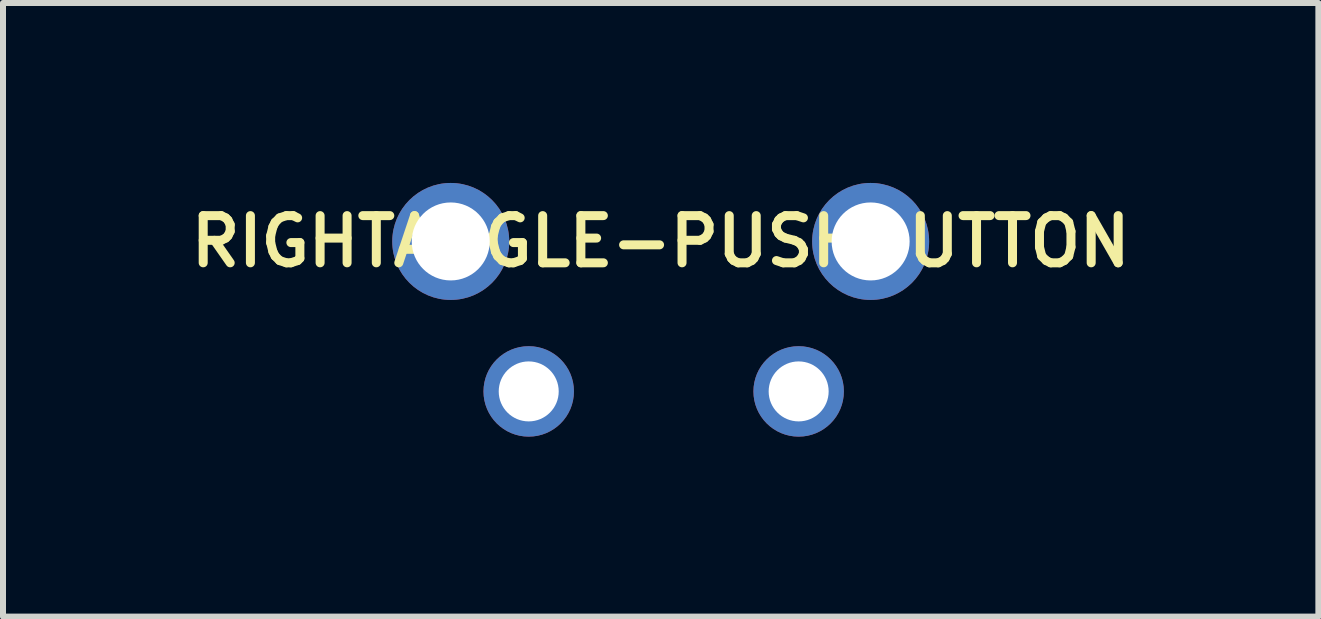
<source format=kicad_pcb>
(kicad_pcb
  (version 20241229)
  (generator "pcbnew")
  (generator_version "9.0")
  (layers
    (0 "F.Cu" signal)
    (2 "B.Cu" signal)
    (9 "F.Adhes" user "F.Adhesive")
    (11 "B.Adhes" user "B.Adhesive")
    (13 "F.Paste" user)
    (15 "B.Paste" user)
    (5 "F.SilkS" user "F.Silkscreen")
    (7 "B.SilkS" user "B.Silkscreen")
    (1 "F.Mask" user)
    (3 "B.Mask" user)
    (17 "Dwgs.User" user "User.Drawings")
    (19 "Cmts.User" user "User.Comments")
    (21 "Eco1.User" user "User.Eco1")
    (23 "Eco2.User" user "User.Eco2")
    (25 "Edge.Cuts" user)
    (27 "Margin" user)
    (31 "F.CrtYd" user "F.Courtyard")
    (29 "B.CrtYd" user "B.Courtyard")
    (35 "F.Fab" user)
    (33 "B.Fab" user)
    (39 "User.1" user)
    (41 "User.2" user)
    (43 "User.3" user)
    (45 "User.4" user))
  (footprint "RIGHTANGLE-PUSHBUTTON"
    (layer "F.Cu")
    (at 7.964 0.975)
    (property "Reference" "RIGHTANGLE-PUSHBUTTON" (at 0 0 0) (layer "F.SilkS") (effects (font (size 0.787 0.787) (thickness 0.15))))
    (attr through_hole)
    (pad "A" thru_hole circle (at -2.2 2.5) (size 1.508 1.508) (drill 1) (layers "*.Cu" "*.Mask"))
    (pad "B" thru_hole circle (at 2.3 2.5) (size 1.508 1.508) (drill 1) (layers "*.Cu" "*.Mask"))
    (pad "GND1" thru_hole circle (at 3.5 0) (size 1.95 1.95) (drill 1.3) (layers "*.Cu" "*.Mask"))
    (pad "GND2" thru_hole circle (at -3.5 0) (size 1.95 1.95) (drill 1.3) (layers "*.Cu" "*.Mask")))
  (gr_rect
    (start -3 -3)
    (end 18.928 7.229)
    (stroke (width 0.1) (type default))
    (fill no)
    (layer "Edge.Cuts")))
</source>
